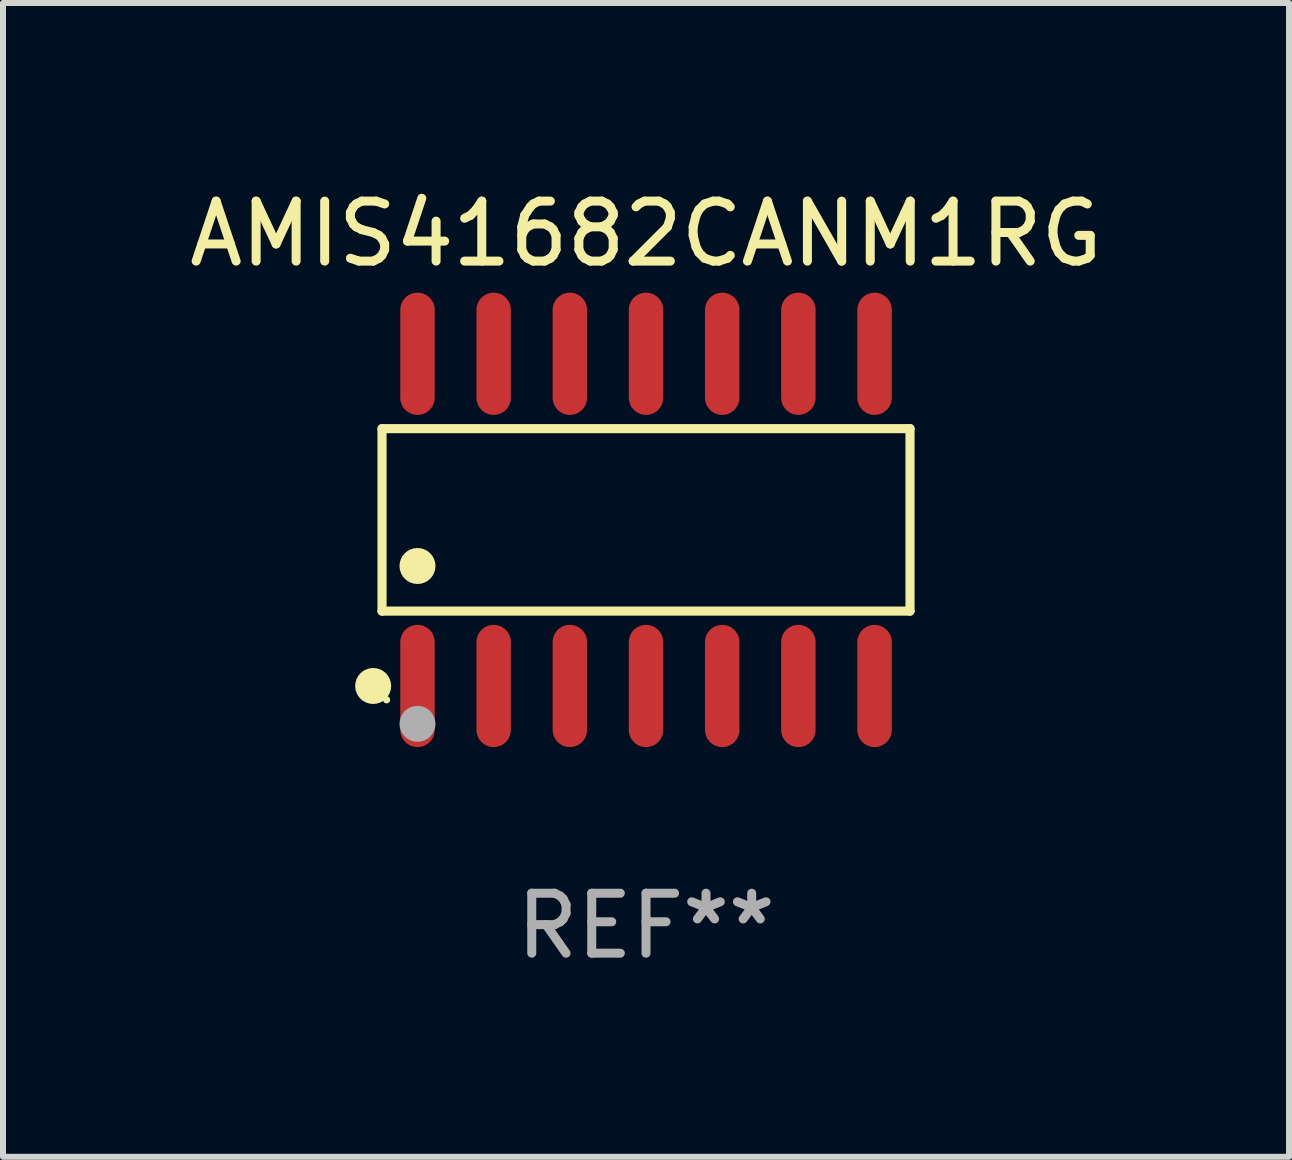
<source format=kicad_pcb>
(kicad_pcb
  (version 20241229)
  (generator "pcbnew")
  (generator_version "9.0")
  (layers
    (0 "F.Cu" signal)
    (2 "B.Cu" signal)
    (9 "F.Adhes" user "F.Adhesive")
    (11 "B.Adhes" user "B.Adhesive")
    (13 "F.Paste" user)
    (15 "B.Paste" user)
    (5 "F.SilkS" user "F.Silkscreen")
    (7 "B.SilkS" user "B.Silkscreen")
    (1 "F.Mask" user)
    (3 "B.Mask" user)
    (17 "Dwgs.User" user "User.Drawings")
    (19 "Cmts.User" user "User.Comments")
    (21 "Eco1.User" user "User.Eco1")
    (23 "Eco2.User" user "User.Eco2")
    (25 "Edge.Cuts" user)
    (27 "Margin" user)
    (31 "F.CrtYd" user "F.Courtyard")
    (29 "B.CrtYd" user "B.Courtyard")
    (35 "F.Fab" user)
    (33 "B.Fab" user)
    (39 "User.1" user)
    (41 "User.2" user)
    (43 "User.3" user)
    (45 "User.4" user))
  (footprint "AMIS41682CANM1RG"
    (layer "F.Cu")
    (at 7.72 5.617)
    (property "Reference" "AMIS41682CANM1RG" (at 0 -4.769 0) (layer "F.SilkS") (effects (font (size 1 1) (thickness 0.15))))
    (attr through_hole)
    (fp_line (start -4.401 -1.521) (end 4.401 -1.521) (stroke (width 0.152) (type solid)) (layer "F.SilkS"))
    (fp_line (start -4.401 1.521) (end -4.401 -1.521) (stroke (width 0.152) (type solid)) (layer "F.SilkS"))
    (fp_line (start 4.401 -1.521) (end 4.401 1.521) (stroke (width 0.152) (type solid)) (layer "F.SilkS"))
    (fp_line (start 4.401 1.521) (end -4.401 1.521) (stroke (width 0.152) (type solid)) (layer "F.SilkS"))
    (fp_circle (center -4.549 2.769) (end -4.399 2.769) (stroke (width 0.3) (type solid)) (fill no) (layer "F.SilkS"))
    (fp_circle (center -4.325 3) (end -4.295 3) (stroke (width 0.06) (type solid)) (fill no) (layer "F.SilkS"))
    (fp_circle (center -3.81 0.769) (end -3.66 0.769) (stroke (width 0.3) (type solid)) (fill no) (layer "F.SilkS"))
    (fp_circle (center -3.81 3.4) (end -3.66 3.4) (stroke (width 0.3) (type solid)) (fill no) (layer "F.Fab"))
    (fp_text user "REF**" (at 0 6.769 0) (layer "F.Fab") (effects (font (size 1 1) (thickness 0.15))))
    (pad "1" smd oval (at -3.81 2.769) (size 0.574 2.038) (layers "F.Cu" "F.Mask" "F.Paste"))
    (pad "2" smd oval (at -2.54 2.769) (size 0.574 2.038) (layers "F.Cu" "F.Mask" "F.Paste"))
    (pad "3" smd oval (at -1.27 2.769) (size 0.574 2.038) (layers "F.Cu" "F.Mask" "F.Paste"))
    (pad "4" smd oval (at 0 2.769) (size 0.574 2.038) (layers "F.Cu" "F.Mask" "F.Paste"))
    (pad "5" smd oval (at 1.27 2.769) (size 0.574 2.038) (layers "F.Cu" "F.Mask" "F.Paste"))
    (pad "6" smd oval (at 2.54 2.769) (size 0.574 2.038) (layers "F.Cu" "F.Mask" "F.Paste"))
    (pad "7" smd oval (at 3.81 2.769) (size 0.574 2.038) (layers "F.Cu" "F.Mask" "F.Paste"))
    (pad "8" smd oval (at 3.81 -2.769) (size 0.574 2.038) (layers "F.Cu" "F.Mask" "F.Paste"))
    (pad "9" smd oval (at 2.54 -2.769) (size 0.574 2.038) (layers "F.Cu" "F.Mask" "F.Paste"))
    (pad "10" smd oval (at 1.27 -2.769) (size 0.574 2.038) (layers "F.Cu" "F.Mask" "F.Paste"))
    (pad "11" smd oval (at 0 -2.769) (size 0.574 2.038) (layers "F.Cu" "F.Mask" "F.Paste"))
    (pad "12" smd oval (at -1.27 -2.769) (size 0.574 2.038) (layers "F.Cu" "F.Mask" "F.Paste"))
    (pad "13" smd oval (at -2.54 -2.769) (size 0.574 2.038) (layers "F.Cu" "F.Mask" "F.Paste"))
    (pad "14" smd oval (at -3.81 -2.769) (size 0.574 2.038) (layers "F.Cu" "F.Mask" "F.Paste")))
  (gr_rect
    (start -3 -3)
    (end 18.44 16.235)
    (stroke (width 0.1) (type default))
    (fill no)
    (layer "Edge.Cuts")))
</source>
